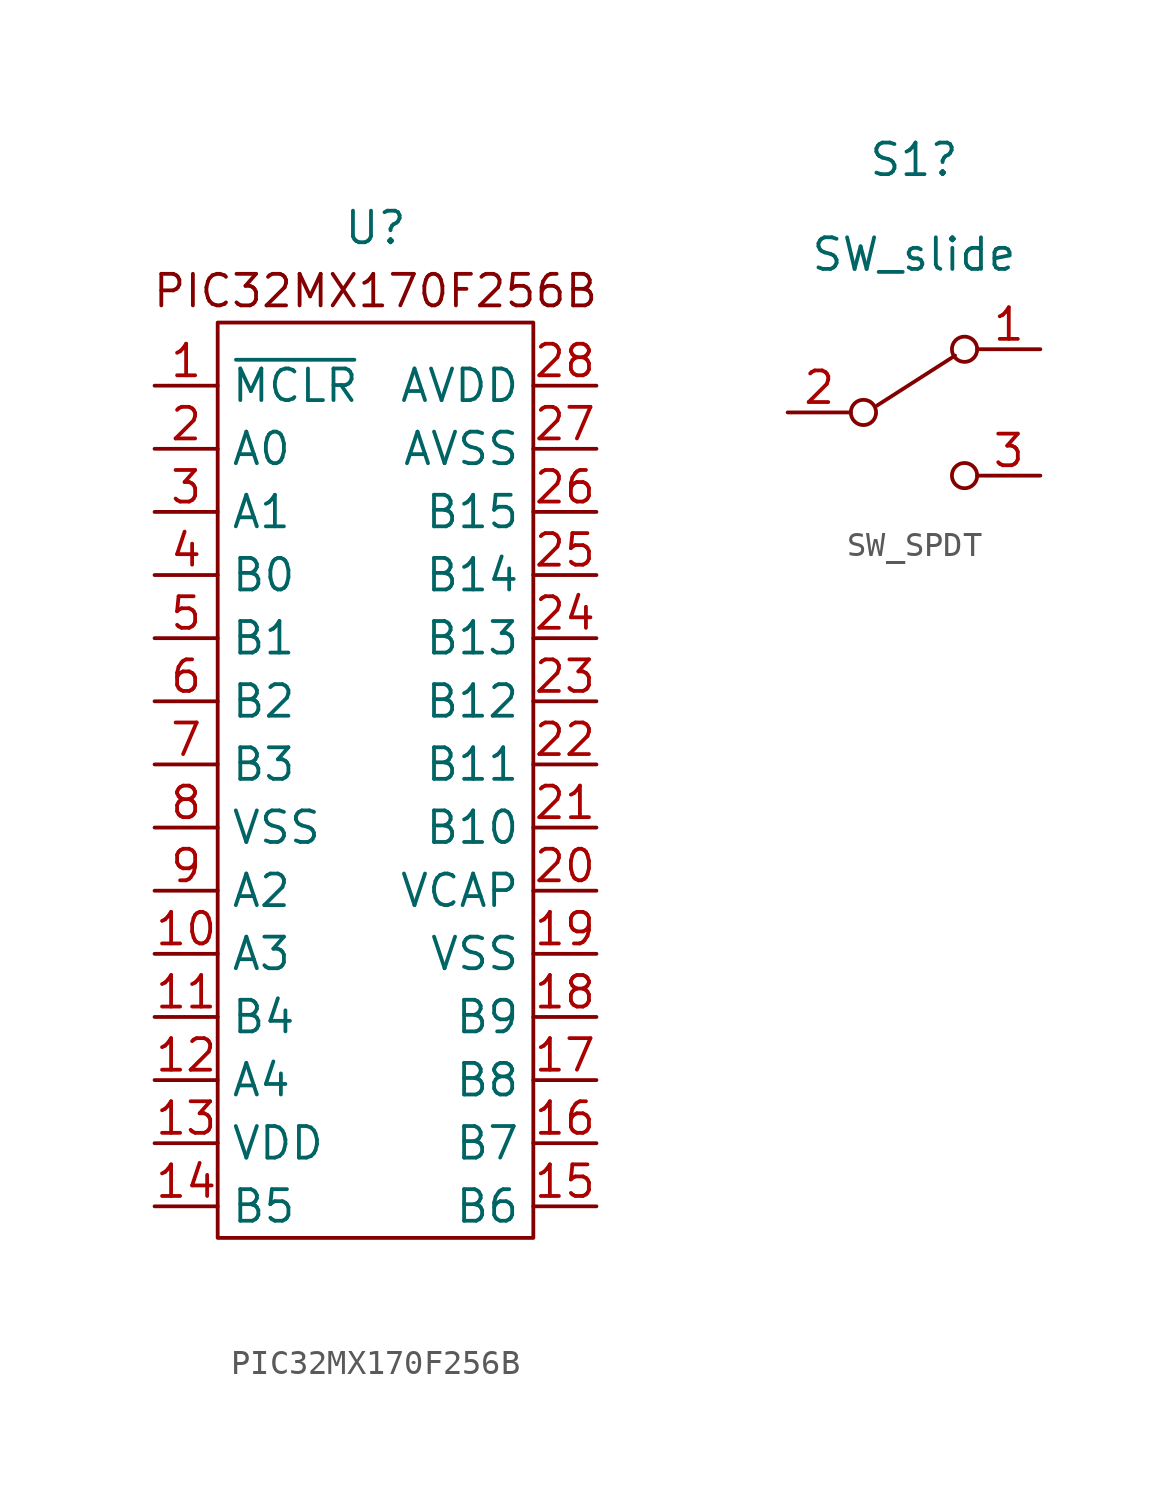
<source format=kicad_sym>
(kicad_symbol_lib
  (version 20220914)
  (generator kicad_symbol_editor)
  (symbol "PIC32MX170F256B"
    (property "Reference" "U"
      (at 0 21.59 0)
      (effects (font (size 1.27 1.27))))
    (property "Value" ""
      (at 0 0 0)
      (effects (font (size 1.27 1.27))))
    (symbol "PIC32MX170F256B_0_1"
      (rectangle (start -6.35 17.78) (end 6.35 -19.05) (stroke (width 0) (type default)) (fill (type none))))
    (symbol "PIC32MX170F256B_1_1"
      (text "PIC32MX170F256B" (at 0 19.05 0) (effects (font (size 1.27 1.27))))
      (pin input line (at -8.89 15.24 0) (length 2.54) (name "~{MCLR}" (effects (font (size 1.27 1.27)))) (number "1" (effects (font (size 1.27 1.27)))))
      (pin input line (at -8.89 -7.62 0) (length 2.54) (name "A3" (effects (font (size 1.27 1.27)))) (number "10" (effects (font (size 1.27 1.27)))))
      (pin input line (at -8.89 -10.16 0) (length 2.54) (name "B4" (effects (font (size 1.27 1.27)))) (number "11" (effects (font (size 1.27 1.27)))))
      (pin input line (at -8.89 -12.7 0) (length 2.54) (name "A4" (effects (font (size 1.27 1.27)))) (number "12" (effects (font (size 1.27 1.27)))))
      (pin power_in line (at -8.89 -15.24 0) (length 2.54) (name "VDD" (effects (font (size 1.27 1.27)))) (number "13" (effects (font (size 1.27 1.27)))))
      (pin input line (at -8.89 -17.78 0) (length 2.54) (name "B5" (effects (font (size 1.27 1.27)))) (number "14" (effects (font (size 1.27 1.27)))))
      (pin input line (at 8.89 -17.78 180) (length 2.54) (name "B6" (effects (font (size 1.27 1.27)))) (number "15" (effects (font (size 1.27 1.27)))))
      (pin input line (at 8.89 -15.24 180) (length 2.54) (name "B7" (effects (font (size 1.27 1.27)))) (number "16" (effects (font (size 1.27 1.27)))))
      (pin input line (at 8.89 -12.7 180) (length 2.54) (name "B8" (effects (font (size 1.27 1.27)))) (number "17" (effects (font (size 1.27 1.27)))))
      (pin input line (at 8.89 -10.16 180) (length 2.54) (name "B9" (effects (font (size 1.27 1.27)))) (number "18" (effects (font (size 1.27 1.27)))))
      (pin power_in line (at 8.89 -7.62 180) (length 2.54) (name "VSS" (effects (font (size 1.27 1.27)))) (number "19" (effects (font (size 1.27 1.27)))))
      (pin input line (at -8.89 12.7 0) (length 2.54) (name "A0" (effects (font (size 1.27 1.27)))) (number "2" (effects (font (size 1.27 1.27)))))
      (pin power_in line (at 8.89 -5.08 180) (length 2.54) (name "VCAP" (effects (font (size 1.27 1.27)))) (number "20" (effects (font (size 1.27 1.27)))))
      (pin input line (at 8.89 -2.54 180) (length 2.54) (name "B10" (effects (font (size 1.27 1.27)))) (number "21" (effects (font (size 1.27 1.27)))))
      (pin input line (at 8.89 0 180) (length 2.54) (name "B11" (effects (font (size 1.27 1.27)))) (number "22" (effects (font (size 1.27 1.27)))))
      (pin input line (at 8.89 2.54 180) (length 2.54) (name "B12" (effects (font (size 1.27 1.27)))) (number "23" (effects (font (size 1.27 1.27)))))
      (pin input line (at 8.89 5.08 180) (length 2.54) (name "B13" (effects (font (size 1.27 1.27)))) (number "24" (effects (font (size 1.27 1.27)))))
      (pin input line (at 8.89 7.62 180) (length 2.54) (name "B14" (effects (font (size 1.27 1.27)))) (number "25" (effects (font (size 1.27 1.27)))))
      (pin input line (at 8.89 10.16 180) (length 2.54) (name "B15" (effects (font (size 1.27 1.27)))) (number "26" (effects (font (size 1.27 1.27)))))
      (pin power_in line (at 8.89 12.7 180) (length 2.54) (name "AVSS" (effects (font (size 1.27 1.27)))) (number "27" (effects (font (size 1.27 1.27)))))
      (pin power_in line (at 8.89 15.24 180) (length 2.54) (name "AVDD" (effects (font (size 1.27 1.27)))) (number "28" (effects (font (size 1.27 1.27)))))
      (pin input line (at -8.89 10.16 0) (length 2.54) (name "A1" (effects (font (size 1.27 1.27)))) (number "3" (effects (font (size 1.27 1.27)))))
      (pin input line (at -8.89 7.62 0) (length 2.54) (name "B0" (effects (font (size 1.27 1.27)))) (number "4" (effects (font (size 1.27 1.27)))))
      (pin input line (at -8.89 5.08 0) (length 2.54) (name "B1" (effects (font (size 1.27 1.27)))) (number "5" (effects (font (size 1.27 1.27)))))
      (pin input line (at -8.89 2.54 0) (length 2.54) (name "B2" (effects (font (size 1.27 1.27)))) (number "6" (effects (font (size 1.27 1.27)))))
      (pin input line (at -8.89 0 0) (length 2.54) (name "B3" (effects (font (size 1.27 1.27)))) (number "7" (effects (font (size 1.27 1.27)))))
      (pin power_in line (at -8.89 -2.54 0) (length 2.54) (name "VSS" (effects (font (size 1.27 1.27)))) (number "8" (effects (font (size 1.27 1.27)))))
      (pin input line (at -8.89 -5.08 0) (length 2.54) (name "A2" (effects (font (size 1.27 1.27)))) (number "9" (effects (font (size 1.27 1.27)))))))
  (symbol "SW_SPDT"
    (pin_names
      (offset 0) hide)
    (property "Reference" "S1"
      (at 0 10.16 0)
      (effects (font (size 1.27 1.27))))
    (property "Value" "SW_slide"
      (at 0 6.35 0)
      (effects (font (size 1.27 1.27))))
    (symbol "SW_SPDT_0_0"
      (circle (center -2.032 0) (radius 0.508) (stroke (width 0) (type default)) (fill (type none)))
      (circle (center 2.032 -2.54) (radius 0.508) (stroke (width 0) (type default)) (fill (type none))))
    (symbol "SW_SPDT_0_1"
      (polyline (pts (xy -1.524 0.254) (xy 1.651 2.286)) (stroke (width 0) (type default)) (fill (type none)))
      (circle (center 2.032 2.54) (radius 0.508) (stroke (width 0) (type default)) (fill (type none))))
    (symbol "SW_SPDT_1_1"
      (pin passive line (at 5.08 2.54 180) (length 2.54) (name "A" (effects (font (size 1.27 1.27)))) (number "1" (effects (font (size 1.27 1.27)))))
      (pin passive line (at -5.08 0 0) (length 2.54) (name "B" (effects (font (size 1.27 1.27)))) (number "2" (effects (font (size 1.27 1.27)))))
      (pin passive line (at 5.08 -2.54 180) (length 2.54) (name "C" (effects (font (size 1.27 1.27)))) (number "3" (effects (font (size 1.27 1.27))))))))
</source>
